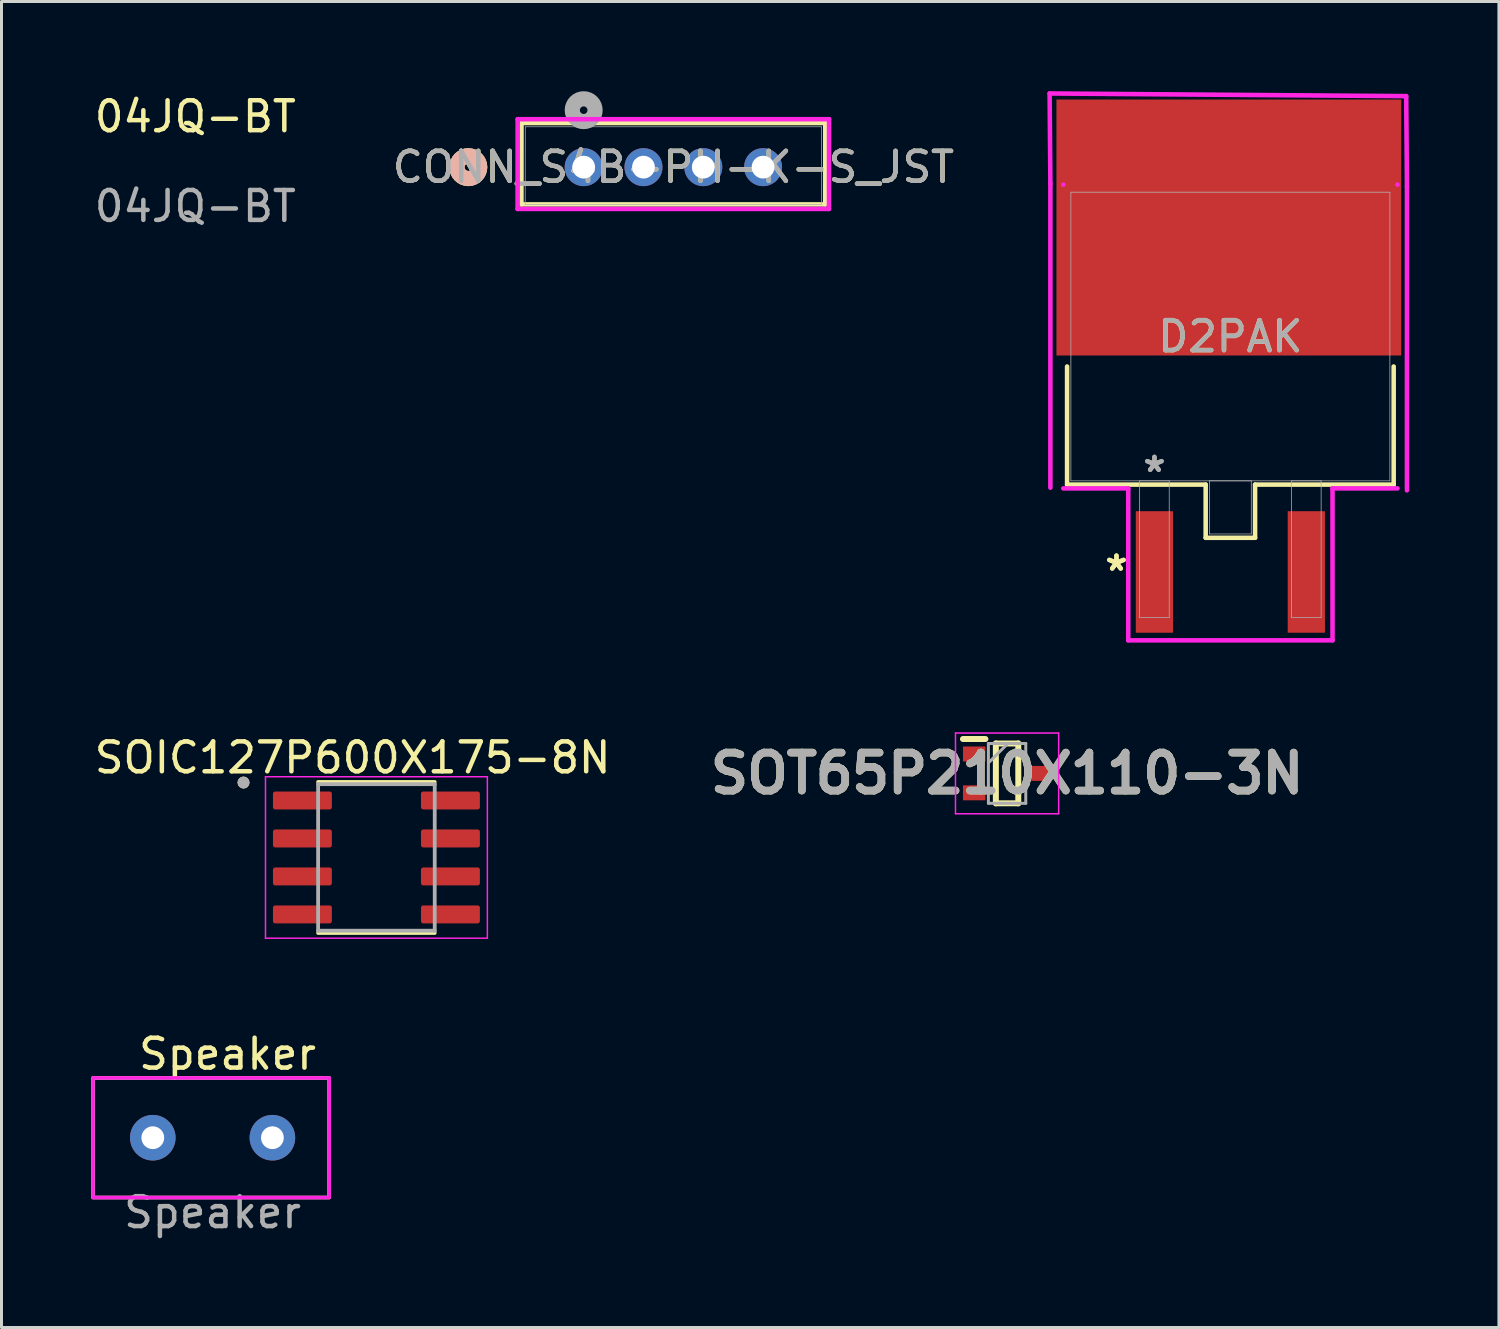
<source format=kicad_pcb>
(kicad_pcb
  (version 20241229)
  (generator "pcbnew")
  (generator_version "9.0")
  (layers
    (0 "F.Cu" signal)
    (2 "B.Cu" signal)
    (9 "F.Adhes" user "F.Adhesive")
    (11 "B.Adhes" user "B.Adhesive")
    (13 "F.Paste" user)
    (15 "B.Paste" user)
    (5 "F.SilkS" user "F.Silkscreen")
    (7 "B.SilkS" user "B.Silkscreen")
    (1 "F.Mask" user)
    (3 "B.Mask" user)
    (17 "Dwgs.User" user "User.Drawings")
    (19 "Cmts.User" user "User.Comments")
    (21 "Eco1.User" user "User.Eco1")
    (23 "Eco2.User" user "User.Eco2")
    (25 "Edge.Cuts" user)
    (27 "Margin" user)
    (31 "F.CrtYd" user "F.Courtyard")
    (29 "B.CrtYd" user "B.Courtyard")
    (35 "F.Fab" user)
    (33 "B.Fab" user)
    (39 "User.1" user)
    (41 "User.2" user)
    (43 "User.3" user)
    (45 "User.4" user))
  (footprint "SOT65P210X110-3N"
    (layer "F.Cu")
    (at 30.63 22.815)
    (property "Reference" "SOT65P210X110-3N" (at 0 0 0) (layer "F.SilkS") (effects (font (size 1.27 1.27) (thickness 0.254))))
    (attr smd)
    (fp_line (start -1.475 -1.15) (end -0.725 -1.15) (stroke (width 0.2) (type solid)) (layer "F.SilkS"))
    (fp_line (start -0.375 -1) (end 0.375 -1) (stroke (width 0.2) (type solid)) (layer "F.SilkS"))
    (fp_line (start -0.375 1) (end -0.375 -1) (stroke (width 0.2) (type solid)) (layer "F.SilkS"))
    (fp_line (start 0.375 -1) (end 0.375 1) (stroke (width 0.2) (type solid)) (layer "F.SilkS"))
    (fp_line (start 0.375 1) (end -0.375 1) (stroke (width 0.2) (type solid)) (layer "F.SilkS"))
    (fp_line (start -1.725 -1.35) (end 1.725 -1.35) (stroke (width 0.05) (type solid)) (layer "F.CrtYd"))
    (fp_line (start -1.725 1.35) (end -1.725 -1.35) (stroke (width 0.05) (type solid)) (layer "F.CrtYd"))
    (fp_line (start 1.725 -1.35) (end 1.725 1.35) (stroke (width 0.05) (type solid)) (layer "F.CrtYd"))
    (fp_line (start 1.725 1.35) (end -1.725 1.35) (stroke (width 0.05) (type solid)) (layer "F.CrtYd"))
    (fp_line (start -0.625 -1) (end 0.625 -1) (stroke (width 0.1) (type solid)) (layer "F.Fab"))
    (fp_line (start -0.625 -0.35) (end 0.025 -1) (stroke (width 0.1) (type solid)) (layer "F.Fab"))
    (fp_line (start -0.625 1) (end -0.625 -1) (stroke (width 0.1) (type solid)) (layer "F.Fab"))
    (fp_line (start 0.625 -1) (end 0.625 1) (stroke (width 0.1) (type solid)) (layer "F.Fab"))
    (fp_line (start 0.625 1) (end -0.625 1) (stroke (width 0.1) (type solid)) (layer "F.Fab"))
    (fp_text user "${REFERENCE}" (at 0 0 0) (layer "F.Fab") (effects (font (size 1.27 1.27) (thickness 0.254))))
    (pad "1" smd rect (at -1.1 -0.65 90) (size 0.5 0.75) (layers "F.Cu" "F.Mask" "F.Paste"))
    (pad "2" smd rect (at -1.1 0.65 90) (size 0.5 0.75) (layers "F.Cu" "F.Mask" "F.Paste"))
    (pad "3" smd rect (at 1.1 0 90) (size 0.5 0.75) (layers "F.Cu" "F.Mask" "F.Paste")))
  (footprint "04JQ-BT"
    (layer "F.Cu")
    (at 3.482 1.348)
    (property "Reference" "04JQ-BT" (at 0 -0.5 0) (unlocked yes) (layer "F.SilkS") (effects (font (size 1 1) (thickness 0.15))))
    (attr through_hole)
    (fp_text user "${REFERENCE}" (at 0 2.5 0) (unlocked yes) (layer "F.Fab") (effects (font (size 1 1) (thickness 0.15)))))
  (footprint "CONN_S4B-PH-K-S_JST"
    (layer "F.Cu")
    (at 16.47 2.54)
    (property "Reference" "CONN_S4B-PH-K-S_JST" (at 3 0 0) (unlocked yes) (layer "F.SilkS") (effects (font (size 1 1) (thickness 0.15))))
    (attr through_hole)
    (fp_line (start -2.083 1.245) (end 8.077 1.245) (stroke (width 0.152) (type solid)) (layer "F.SilkS"))
    (fp_line (start -2.08 -1.477) (end -2.083 1.245) (stroke (width 0.152) (type solid)) (layer "F.SilkS"))
    (fp_line (start 8.077 1.245) (end 8.08 -1.477) (stroke (width 0.152) (type solid)) (layer "F.SilkS"))
    (fp_line (start 8.08 -1.477) (end -2.08 -1.477) (stroke (width 0.152) (type solid)) (layer "F.SilkS"))
    (fp_circle (center -3.858 0) (end -3.477 0) (stroke (width 0.508) (type solid)) (fill no) (layer "F.SilkS"))
    (fp_circle (center -3.858 0) (end -3.477 0) (stroke (width 0.508) (type solid)) (fill no) (layer "B.SilkS"))
    (fp_line (start -2.21 1.397) (end 8.204 1.397) (stroke (width 0.152) (type solid)) (layer "F.CrtYd"))
    (fp_line (start -2.207 -1.604) (end -2.21 1.397) (stroke (width 0.152) (type solid)) (layer "F.CrtYd"))
    (fp_line (start 8.204 1.397) (end 8.207 -1.604) (stroke (width 0.152) (type solid)) (layer "F.CrtYd"))
    (fp_line (start 8.207 -1.604) (end -2.207 -1.604) (stroke (width 0.152) (type solid)) (layer "F.CrtYd"))
    (fp_line (start -1.956 1.245) (end 7.95 1.245) (stroke (width 0.025) (type solid)) (layer "F.Fab"))
    (fp_line (start -1.953 -1.35) (end -1.956 1.245) (stroke (width 0.025) (type solid)) (layer "F.Fab"))
    (fp_line (start 7.95 1.245) (end 7.953 -1.35) (stroke (width 0.025) (type solid)) (layer "F.Fab"))
    (fp_line (start 7.953 -1.35) (end -1.953 -1.35) (stroke (width 0.025) (type solid)) (layer "F.Fab"))
    (fp_circle (center 0 -1.905) (end 0.381 -1.905) (stroke (width 0.508) (type solid)) (fill no) (layer "F.Fab"))
    (fp_text user "${REFERENCE}" (at 3 0 0) (unlocked yes) (layer "F.Fab") (effects (font (size 1 1) (thickness 0.15))))
    (pad "1" thru_hole circle (at 0 0) (size 1.27 1.27) (drill 0.762) (layers "*.Cu" "*.Mask"))
    (pad "2" thru_hole circle (at 2 0) (size 1.27 1.27) (drill 0.762) (layers "*.Cu" "*.Mask"))
    (pad "3" thru_hole circle (at 4 0) (size 1.27 1.27) (drill 0.762) (layers "*.Cu" "*.Mask"))
    (pad "4" thru_hole circle (at 6 0) (size 1.27 1.27) (drill 0.762) (layers "*.Cu" "*.Mask")))
  (footprint "SOIC127P600X175-8N"
    (layer "F.Cu")
    (at 9.539 25.626)
    (property "Reference" "SOIC127P600X175-8N" (at -0.795 -3.337 0) (layer "F.SilkS") (effects (font (size 1 1) (thickness 0.15))))
    (attr smd)
    (fp_line (start -1.95 -2.525) (end 1.95 -2.525) (stroke (width 0.127) (type solid)) (layer "F.SilkS"))
    (fp_line (start -1.95 2.525) (end 1.95 2.525) (stroke (width 0.127) (type solid)) (layer "F.SilkS"))
    (fp_circle (center -4.445 -2.505) (end -4.345 -2.505) (stroke (width 0.2) (type solid)) (fill no) (layer "F.SilkS"))
    (fp_line (start -3.71 -2.7) (end -3.71 2.7) (stroke (width 0.05) (type solid)) (layer "F.CrtYd"))
    (fp_line (start -3.71 -2.7) (end 3.71 -2.7) (stroke (width 0.05) (type solid)) (layer "F.CrtYd"))
    (fp_line (start -3.71 2.7) (end 3.71 2.7) (stroke (width 0.05) (type solid)) (layer "F.CrtYd"))
    (fp_line (start 3.71 -2.7) (end 3.71 2.7) (stroke (width 0.05) (type solid)) (layer "F.CrtYd"))
    (fp_line (start -1.95 -2.45) (end -1.95 2.45) (stroke (width 0.127) (type solid)) (layer "F.Fab"))
    (fp_line (start -1.95 -2.45) (end 1.95 -2.45) (stroke (width 0.127) (type solid)) (layer "F.Fab"))
    (fp_line (start -1.95 2.45) (end 1.95 2.45) (stroke (width 0.127) (type solid)) (layer "F.Fab"))
    (fp_line (start 1.95 -2.45) (end 1.95 2.45) (stroke (width 0.127) (type solid)) (layer "F.Fab"))
    (fp_circle (center -4.445 -2.505) (end -4.345 -2.505) (stroke (width 0.2) (type solid)) (fill no) (layer "F.Fab"))
    (pad "1" smd roundrect (at -2.475 -1.905) (size 1.97 0.6) (layers "F.Cu" "F.Mask" "F.Paste") (roundrect_rratio 0.125))
    (pad "2" smd roundrect (at -2.475 -0.635) (size 1.97 0.6) (layers "F.Cu" "F.Mask" "F.Paste") (roundrect_rratio 0.125))
    (pad "3" smd roundrect (at -2.475 0.635) (size 1.97 0.6) (layers "F.Cu" "F.Mask" "F.Paste") (roundrect_rratio 0.125))
    (pad "4" smd roundrect (at -2.475 1.905) (size 1.97 0.6) (layers "F.Cu" "F.Mask" "F.Paste") (roundrect_rratio 0.125))
    (pad "5" smd roundrect (at 2.475 1.905) (size 1.97 0.6) (layers "F.Cu" "F.Mask" "F.Paste") (roundrect_rratio 0.125))
    (pad "6" smd roundrect (at 2.475 0.635) (size 1.97 0.6) (layers "F.Cu" "F.Mask" "F.Paste") (roundrect_rratio 0.125))
    (pad "7" smd roundrect (at 2.475 -0.635) (size 1.97 0.6) (layers "F.Cu" "F.Mask" "F.Paste") (roundrect_rratio 0.125))
    (pad "8" smd roundrect (at 2.475 -1.905) (size 1.97 0.6) (layers "F.Cu" "F.Mask" "F.Paste") (roundrect_rratio 0.125)))
  (footprint "D2PAK"
    (layer "F.Cu")
    (at 38.098 8.204)
    (property "Reference" "D2PAK" (at 0 0 0) (unlocked yes) (layer "F.SilkS") (effects (font (size 1 1) (thickness 0.15))))
    (attr smd)
    (fp_line (start -5.461 1.003) (end -5.461 4.953) (stroke (width 0.152) (type solid)) (layer "F.SilkS"))
    (fp_line (start -5.461 4.953) (end -0.826 4.953) (stroke (width 0.152) (type solid)) (layer "F.SilkS"))
    (fp_line (start -0.826 4.953) (end -0.826 6.731) (stroke (width 0.152) (type solid)) (layer "F.SilkS"))
    (fp_line (start -0.826 6.731) (end 0.826 6.731) (stroke (width 0.152) (type solid)) (layer "F.SilkS"))
    (fp_line (start 0.826 4.953) (end 5.461 4.953) (stroke (width 0.152) (type solid)) (layer "F.SilkS"))
    (fp_line (start 0.826 6.731) (end 0.826 4.953) (stroke (width 0.152) (type solid)) (layer "F.SilkS"))
    (fp_line (start 5.461 4.953) (end 5.461 1.003) (stroke (width 0.152) (type solid)) (layer "F.SilkS"))
    (fp_line (start -6.045 -8.128) (end 5.88 -8.039) (stroke (width 0.152) (type solid)) (layer "F.CrtYd"))
    (fp_line (start -6.02 -5.105) (end -6.045 -8.128) (stroke (width 0.152) (type solid)) (layer "F.CrtYd"))
    (fp_line (start -6.02 5.055) (end -6.02 -5.105) (stroke (width 0.152) (type solid)) (layer "F.CrtYd"))
    (fp_line (start -5.588 -5.08) (end -5.588 -5.08) (stroke (width 0.152) (type solid)) (layer "F.CrtYd"))
    (fp_line (start -3.416 5.08) (end -5.588 5.08) (stroke (width 0.152) (type solid)) (layer "F.CrtYd"))
    (fp_line (start -3.416 10.16) (end -3.416 5.08) (stroke (width 0.152) (type solid)) (layer "F.CrtYd"))
    (fp_line (start 3.416 5.08) (end 3.416 10.16) (stroke (width 0.152) (type solid)) (layer "F.CrtYd"))
    (fp_line (start 3.416 10.16) (end -3.416 10.16) (stroke (width 0.152) (type solid)) (layer "F.CrtYd"))
    (fp_line (start 5.588 -5.08) (end 5.588 -5.08) (stroke (width 0.152) (type solid)) (layer "F.CrtYd"))
    (fp_line (start 5.588 5.08) (end 3.416 5.08) (stroke (width 0.152) (type solid)) (layer "F.CrtYd"))
    (fp_line (start 5.88 -8.039) (end 5.905 -5.016) (stroke (width 0.152) (type solid)) (layer "F.CrtYd"))
    (fp_line (start 5.905 -5.016) (end 5.905 5.144) (stroke (width 0.152) (type solid)) (layer "F.CrtYd"))
    (fp_line (start -5.334 -4.826) (end -5.334 4.826) (stroke (width 0.025) (type solid)) (layer "F.Fab"))
    (fp_line (start -5.334 4.826) (end 5.334 4.826) (stroke (width 0.025) (type solid)) (layer "F.Fab"))
    (fp_line (start -3.035 4.826) (end -3.035 9.398) (stroke (width 0.025) (type solid)) (layer "F.Fab"))
    (fp_line (start -3.035 9.398) (end -2.045 9.398) (stroke (width 0.025) (type solid)) (layer "F.Fab"))
    (fp_line (start -2.045 4.826) (end -3.035 4.826) (stroke (width 0.025) (type solid)) (layer "F.Fab"))
    (fp_line (start -2.045 9.398) (end -2.045 4.826) (stroke (width 0.025) (type solid)) (layer "F.Fab"))
    (fp_line (start -0.699 4.826) (end -0.699 6.604) (stroke (width 0.025) (type solid)) (layer "F.Fab"))
    (fp_line (start -0.699 6.604) (end 0.699 6.604) (stroke (width 0.025) (type solid)) (layer "F.Fab"))
    (fp_line (start 0.699 4.826) (end -0.699 4.826) (stroke (width 0.025) (type solid)) (layer "F.Fab"))
    (fp_line (start 0.699 6.604) (end 0.699 4.826) (stroke (width 0.025) (type solid)) (layer "F.Fab"))
    (fp_line (start 2.045 4.826) (end 2.045 9.398) (stroke (width 0.025) (type solid)) (layer "F.Fab"))
    (fp_line (start 2.045 9.398) (end 3.035 9.398) (stroke (width 0.025) (type solid)) (layer "F.Fab"))
    (fp_line (start 3.035 4.826) (end 2.045 4.826) (stroke (width 0.025) (type solid)) (layer "F.Fab"))
    (fp_line (start 3.035 9.398) (end 3.035 4.826) (stroke (width 0.025) (type solid)) (layer "F.Fab"))
    (fp_line (start 5.334 -4.826) (end -5.334 -4.826) (stroke (width 0.025) (type solid)) (layer "F.Fab"))
    (fp_line (start 5.334 4.826) (end 5.334 -4.826) (stroke (width 0.025) (type solid)) (layer "F.Fab"))
    (fp_text user "*" (at -3.81 7.874 0) (layer "F.SilkS") (effects (font (size 1 1) (thickness 0.15))))
    (fp_text user "*" (at -3.81 7.874 0) (unlocked yes) (layer "F.SilkS") (effects (font (size 1 1) (thickness 0.15))))
    (fp_text user "${REFERENCE}" (at 0 0 0) (unlocked yes) (layer "F.Fab") (effects (font (size 1 1) (thickness 0.15))))
    (fp_text user "*" (at -2.54 4.572 0) (unlocked yes) (layer "F.Fab") (effects (font (size 1 1) (thickness 0.15))))
    (fp_text user "*" (at -2.54 4.572 0) (layer "F.Fab") (effects (font (size 1 1) (thickness 0.15))))
    (pad "1" smd rect (at -2.54 7.874) (size 1.245 4.064) (layers "F.Cu" "F.Mask" "F.Paste"))
    (pad "2" smd rect (at -0.051 -3.645) (size 11.532 8.56) (layers "F.Cu" "F.Mask" "F.Paste"))
    (pad "3" smd rect (at 2.54 7.874) (size 1.245 4.064) (layers "F.Cu" "F.Mask" "F.Paste")))
  (footprint "Speaker"
    (layer "F.Cu")
    (at 4.06 34.999)
    (property "Reference" "Speaker" (at 0.5 -2.8 0) (unlocked yes) (layer "F.SilkS") (effects (font (size 1 1) (thickness 0.15))))
    (attr through_hole)
    (fp_rect (start -4 -2) (end 3.9 2) (stroke (width 0.12) (type default)) (fill no) (layer "F.SilkS"))
    (fp_rect (start -4 -2) (end 3.9 2) (stroke (width 0.12) (type default)) (fill no) (layer "F.CrtYd"))
    (fp_text user "${REFERENCE}" (at 0 2.5 0) (unlocked yes) (layer "F.Fab") (effects (font (size 1 1) (thickness 0.15))))
    (pad "1" thru_hole circle (at -2 0) (size 1.524 1.524) (drill 0.762) (layers "*.Cu" "*.Mask"))
    (pad "2" thru_hole circle (at 2 0) (size 1.524 1.524) (drill 0.762) (layers "*.Cu" "*.Mask")))
  (gr_rect
    (start -3 -3)
    (end 47.079 41.347)
    (stroke (width 0.1) (type default))
    (fill no)
    (layer "Edge.Cuts")))
</source>
